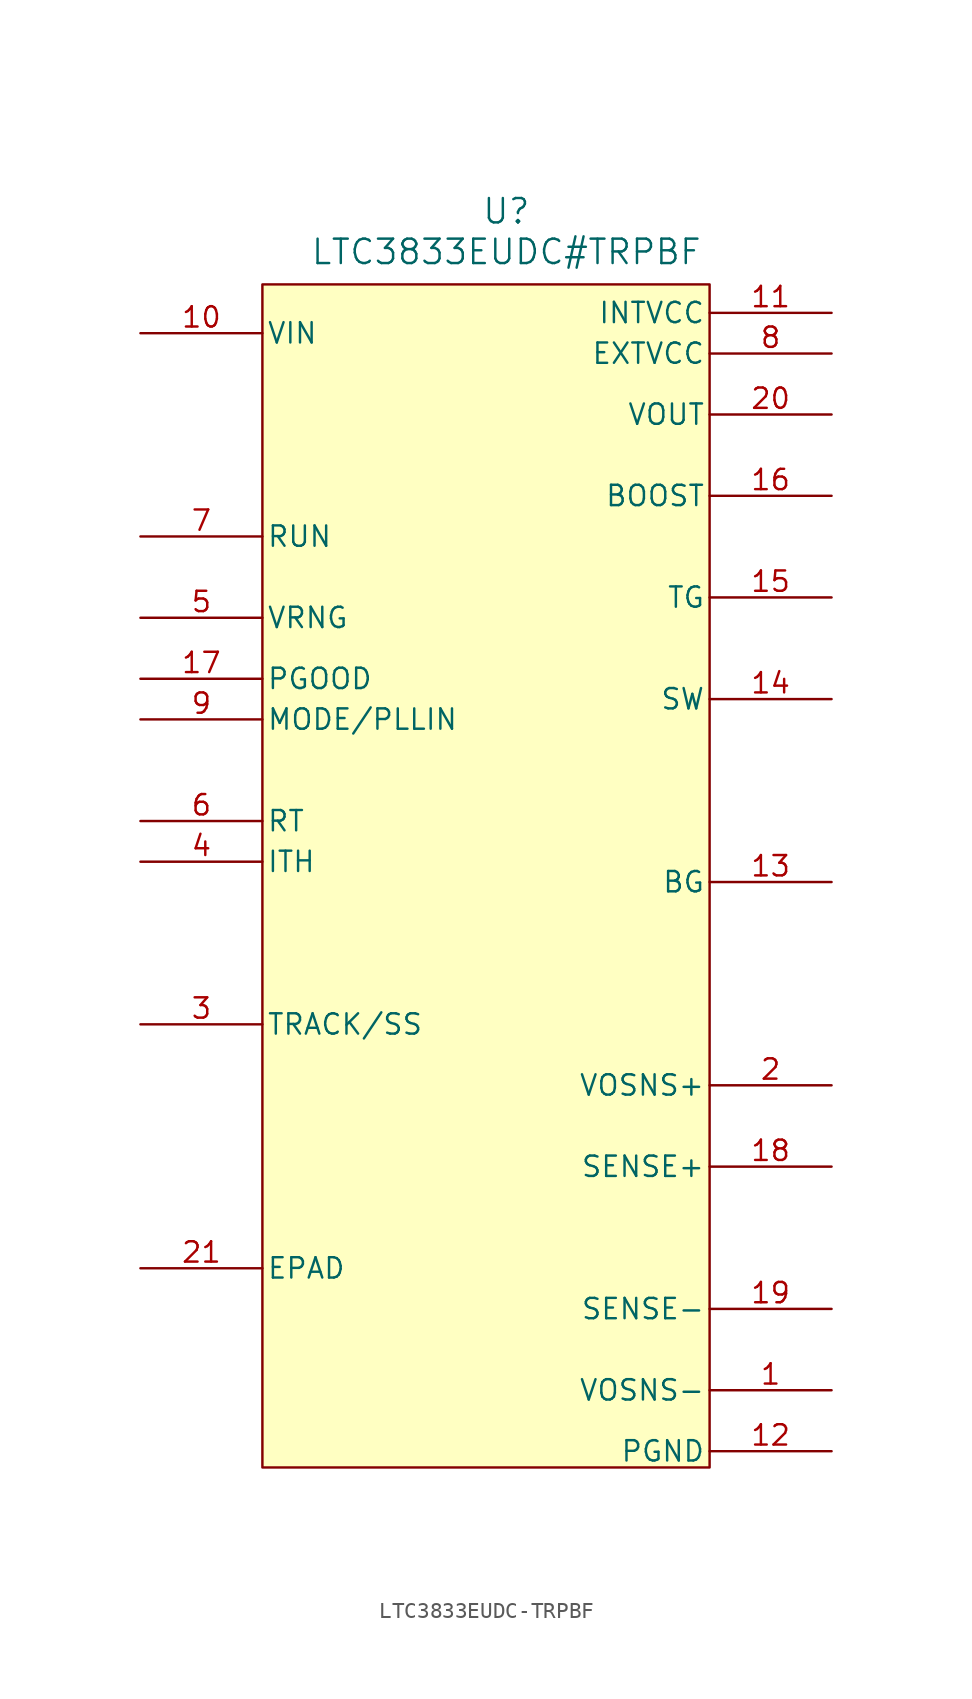
<source format=kicad_sym>
(kicad_symbol_lib
  (version 20220914)
  (generator kicad_symbol_editor)
  (symbol "LTC3833EUDC-TRPBF"
    (pin_names
      (offset 0.254))
    (property "Reference" "U"
      (at 27.94 10.16 0)
      (effects (font (size 1.524 1.524))))
    (property "Value" "LTC3833EUDC#TRPBF"
      (at 27.94 7.62 0)
      (effects (font (size 1.524 1.524))))
    (symbol "LTC3833EUDC-TRPBF_0_1"
      (rectangle (start 12.7 5.588) (end 40.64 -68.326) (stroke (width 0) (type default)) (fill (type background)))
      (pin passive line (at 48.26 -63.5 180) (length 7.62) (name "VOSNS-" (effects (font (size 1.27 1.27)))) (number "1" (effects (font (size 1.27 1.27)))))
      (pin input line (at 5.08 2.54 0) (length 7.62) (name "VIN" (effects (font (size 1.27 1.27)))) (number "10" (effects (font (size 1.27 1.27)))))
      (pin output line (at 48.26 3.81 180) (length 7.62) (name "INTVCC" (effects (font (size 1.27 1.27)))) (number "11" (effects (font (size 1.27 1.27)))))
      (pin power_in line (at 48.26 -67.31 180) (length 7.62) (name "PGND" (effects (font (size 1.27 1.27)))) (number "12" (effects (font (size 1.27 1.27)))))
      (pin output line (at 48.26 -31.75 180) (length 7.62) (name "BG" (effects (font (size 1.27 1.27)))) (number "13" (effects (font (size 1.27 1.27)))))
      (pin output line (at 48.26 -13.97 180) (length 7.62) (name "TG" (effects (font (size 1.27 1.27)))) (number "15" (effects (font (size 1.27 1.27)))))
      (pin output line (at 5.08 -19.05 0) (length 7.62) (name "PGOOD" (effects (font (size 1.27 1.27)))) (number "17" (effects (font (size 1.27 1.27)))))
      (pin input line (at 48.26 -49.53 180) (length 7.62) (name "SENSE+" (effects (font (size 1.27 1.27)))) (number "18" (effects (font (size 1.27 1.27)))))
      (pin input line (at 48.26 -58.42 180) (length 7.62) (name "SENSE-" (effects (font (size 1.27 1.27)))) (number "19" (effects (font (size 1.27 1.27)))))
      (pin output line (at 48.26 -44.45 180) (length 7.62) (name "VOSNS+" (effects (font (size 1.27 1.27)))) (number "2" (effects (font (size 1.27 1.27)))))
      (pin output line (at 48.26 -2.54 180) (length 7.62) (name "VOUT" (effects (font (size 1.27 1.27)))) (number "20" (effects (font (size 1.27 1.27)))))
      (pin passive line (at 5.08 -55.88 0) (length 7.62) (name "EPAD" (effects (font (size 1.27 1.27)))) (number "21" (effects (font (size 1.27 1.27)))))
      (pin bidirectional line (at 5.08 -40.64 0) (length 7.62) (name "TRACK/SS" (effects (font (size 1.27 1.27)))) (number "3" (effects (font (size 1.27 1.27)))))
      (pin input line (at 5.08 -15.24 0) (length 7.62) (name "VRNG" (effects (font (size 1.27 1.27)))) (number "5" (effects (font (size 1.27 1.27)))))
      (pin input line (at 5.08 -10.16 0) (length 7.62) (name "RUN" (effects (font (size 1.27 1.27)))) (number "7" (effects (font (size 1.27 1.27)))))
      (pin input line (at 48.26 1.27 180) (length 7.62) (name "EXTVCC" (effects (font (size 1.27 1.27)))) (number "8" (effects (font (size 1.27 1.27)))))
      (pin input line (at 5.08 -21.59 0) (length 7.62) (name "MODE/PLLIN" (effects (font (size 1.27 1.27)))) (number "9" (effects (font (size 1.27 1.27))))))
    (symbol "LTC3833EUDC-TRPBF_1_1"
      (pin passive line (at 48.26 -20.32 180) (length 7.62) (name "SW" (effects (font (size 1.27 1.27)))) (number "14" (effects (font (size 1.27 1.27)))))
      (pin passive line (at 48.26 -7.62 180) (length 7.62) (name "BOOST" (effects (font (size 1.27 1.27)))) (number "16" (effects (font (size 1.27 1.27)))))
      (pin passive line (at 5.08 -30.48 0) (length 7.62) (name "ITH" (effects (font (size 1.27 1.27)))) (number "4" (effects (font (size 1.27 1.27)))))
      (pin passive line (at 5.08 -27.94 0) (length 7.62) (name "RT" (effects (font (size 1.27 1.27)))) (number "6" (effects (font (size 1.27 1.27))))))))
</source>
